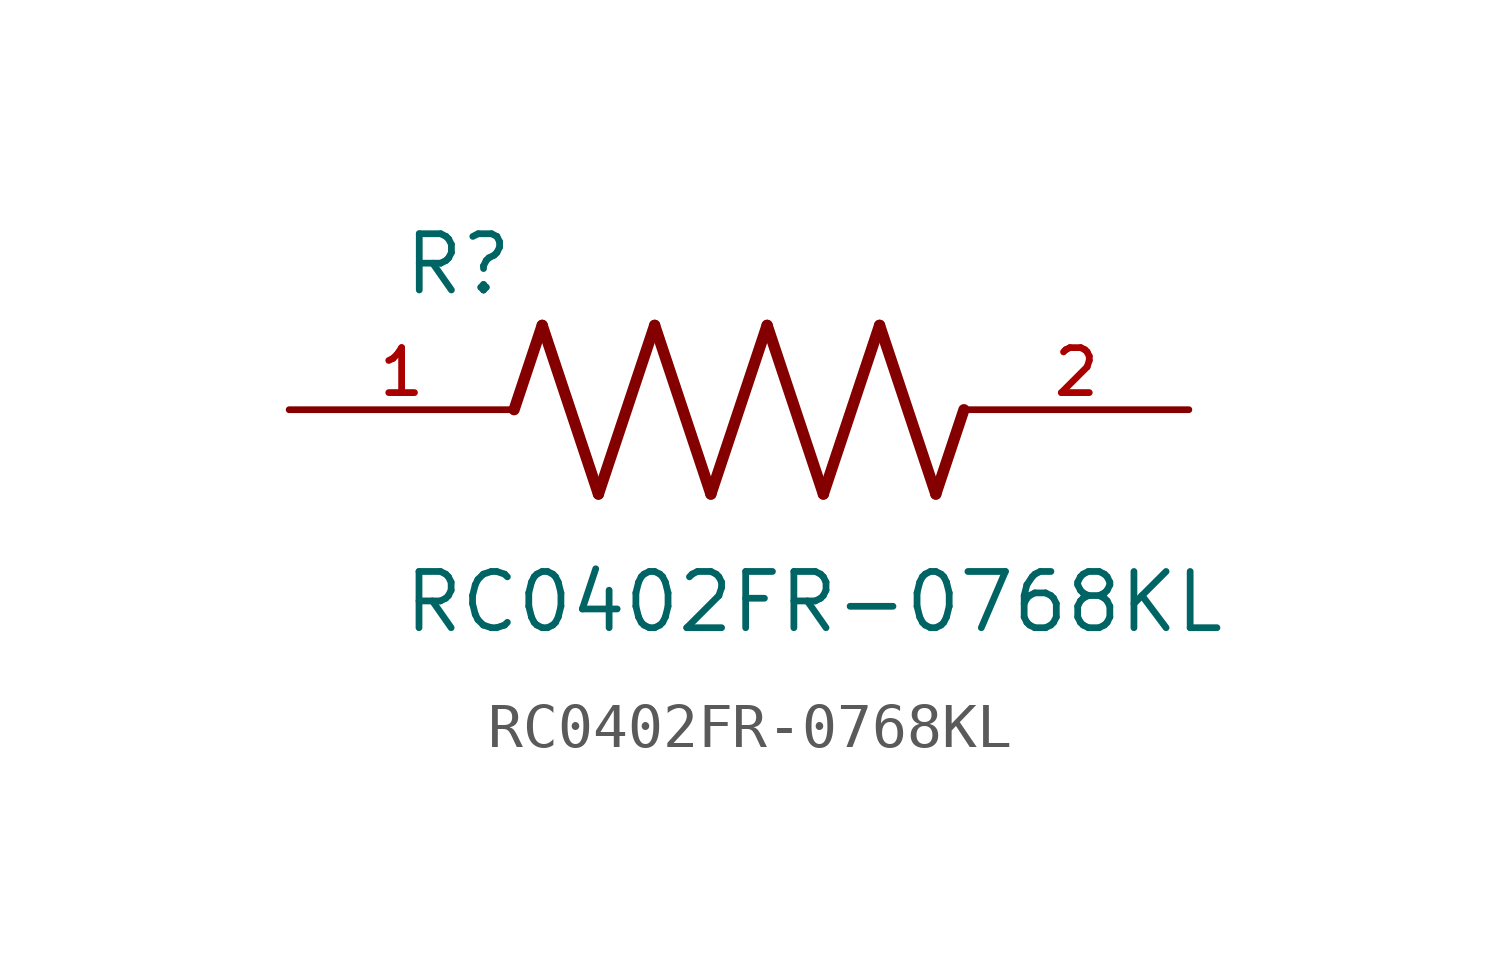
<source format=kicad_sym>
(kicad_symbol_lib
  (version 20211014)
  (generator kicad_symbol_editor)
  (symbol "RC0402FR-0768KL"
    (pin_names
      (offset 1.016))
    (property "Reference" "R"
      (at -7.624 2.541 0)
      (effects (font (size 1.27 1.27)) (justify bottom left)))
    (property "Value" "RC0402FR-0768KL"
      (at -7.63 -5.087 0)
      (effects (font (size 1.27 1.27)) (justify bottom left)))
    (symbol "RC0402FR-0768KL_0_0"
      (polyline (pts (xy -5.08 0.0) (xy -4.445 1.905)) (stroke (width 0.254)))
      (polyline (pts (xy -4.445 1.905) (xy -3.175 -1.905)) (stroke (width 0.254)))
      (polyline (pts (xy -3.175 -1.905) (xy -1.905 1.905)) (stroke (width 0.254)))
      (polyline (pts (xy -1.905 1.905) (xy -0.635 -1.905)) (stroke (width 0.254)))
      (polyline (pts (xy -0.635 -1.905) (xy 0.635 1.905)) (stroke (width 0.254)))
      (polyline (pts (xy 0.635 1.905) (xy 1.905 -1.905)) (stroke (width 0.254)))
      (polyline (pts (xy 1.905 -1.905) (xy 3.175 1.905)) (stroke (width 0.254)))
      (polyline (pts (xy 3.175 1.905) (xy 4.445 -1.905)) (stroke (width 0.254)))
      (polyline (pts (xy 4.445 -1.905) (xy 5.08 0.0)) (stroke (width 0.254)))
      (pin passive line (at -10.16 0.0 0) (length 5.08) (name "~" (effects (font (size 1.016 1.016)))) (number "1" (effects (font (size 1.016 1.016)))))
      (pin passive line (at 10.16 0.0 180.0) (length 5.08) (name "~" (effects (font (size 1.016 1.016)))) (number "2" (effects (font (size 1.016 1.016))))))))
</source>
